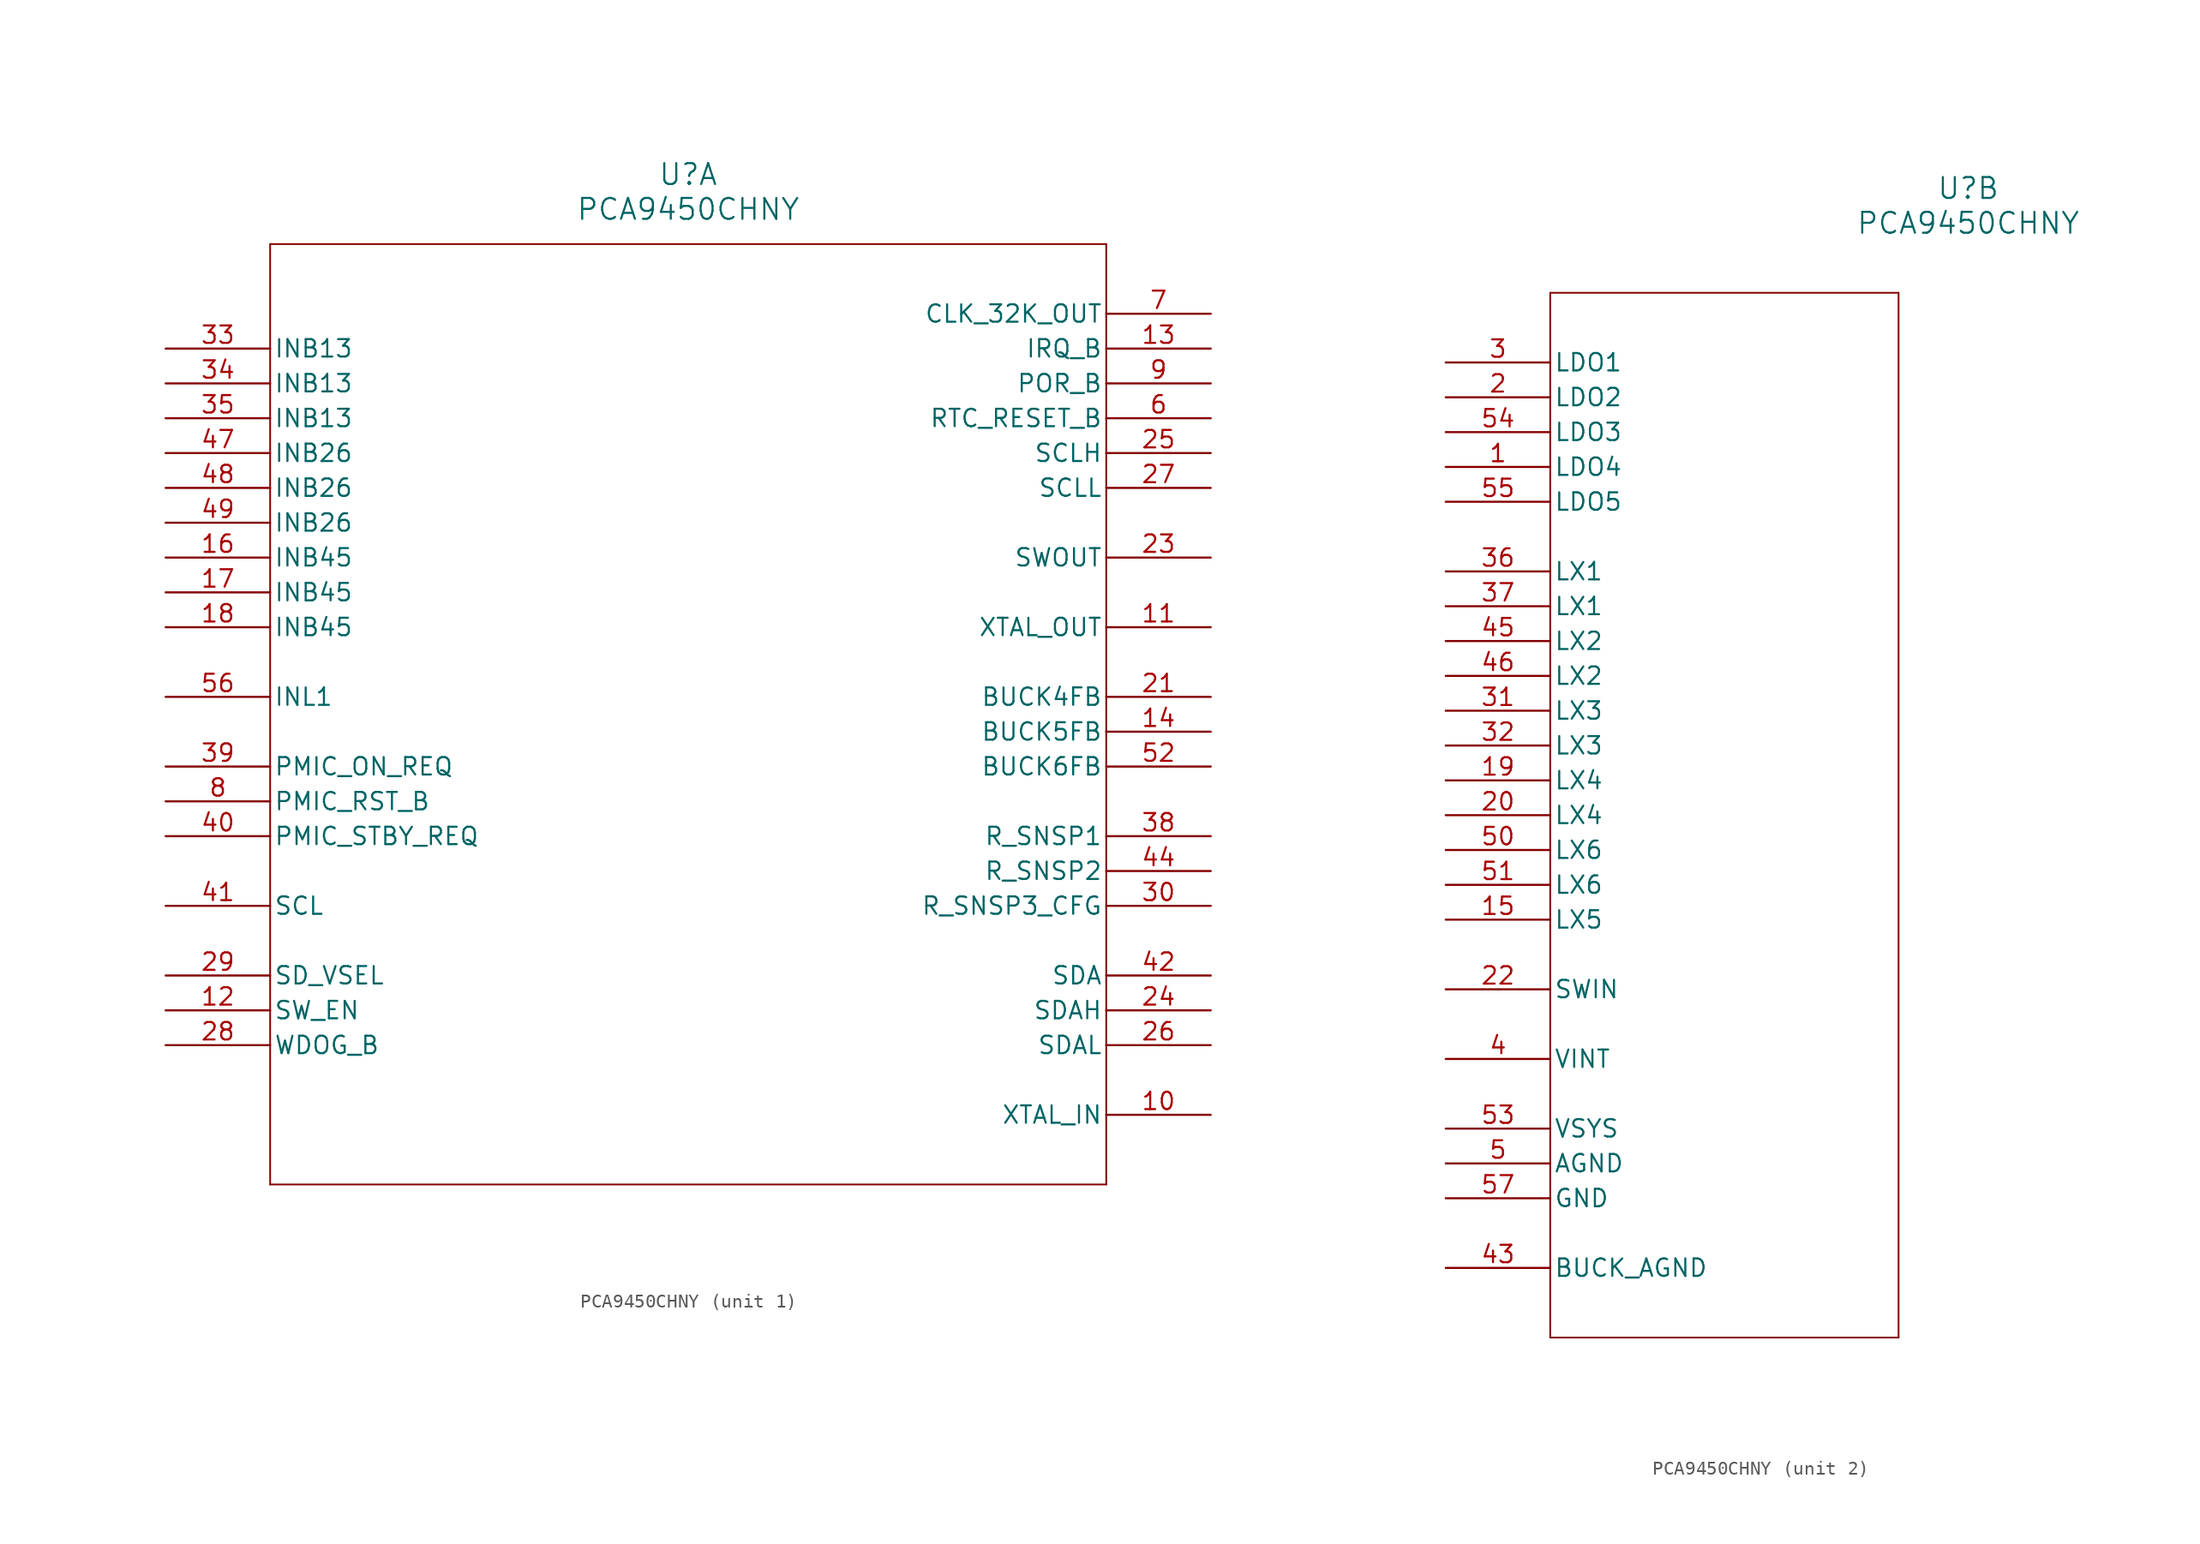
<source format=kicad_sym>
(kicad_symbol_lib
  (version 20211014)
  (generator kicad_symbol_editor)
  (symbol "PCA9450CHNY"
    (pin_names
      (offset 0.254))
    (property "Reference" "U"
      (at 38.1 12.7 0)
      (effects (font (size 1.524 1.524))))
    (property "Value" "PCA9450CHNY"
      (at 38.1 10.16 0)
      (effects (font (size 1.524 1.524))))
    (symbol "PCA9450CHNY_1_1"
      (polyline (pts (xy 7.62 7.62) (xy 7.62 -60.96)) (stroke (width 0.127) (type default) (color 0 0 0 0)) (fill (type none)))
      (polyline (pts (xy 7.62 -60.96) (xy 68.58 -60.96)) (stroke (width 0.127) (type default) (color 0 0 0 0)) (fill (type none)))
      (polyline (pts (xy 68.58 -60.96) (xy 68.58 7.62)) (stroke (width 0.127) (type default) (color 0 0 0 0)) (fill (type none)))
      (polyline (pts (xy 68.58 7.62) (xy 7.62 7.62)) (stroke (width 0.127) (type default) (color 0 0 0 0)) (fill (type none)))
      (pin output line (at 76.2 -5.08 180) (length 7.62) (name "RTC_RESET_B" (effects (font (size 1.27 1.27)))) (number "6" (effects (font (size 1.27 1.27)))))
      (pin output line (at 76.2 2.54 180) (length 7.62) (name "CLK_32K_OUT" (effects (font (size 1.27 1.27)))) (number "7" (effects (font (size 1.27 1.27)))))
      (pin input line (at 0 -33.02 0) (length 7.62) (name "PMIC_RST_B" (effects (font (size 1.27 1.27)))) (number "8" (effects (font (size 1.27 1.27)))))
      (pin output line (at 76.2 -2.54 180) (length 7.62) (name "POR_B" (effects (font (size 1.27 1.27)))) (number "9" (effects (font (size 1.27 1.27)))))
      (pin unspecified line (at 76.2 -55.88 180) (length 7.62) (name "XTAL_IN" (effects (font (size 1.27 1.27)))) (number "10" (effects (font (size 1.27 1.27)))))
      (pin unspecified line (at 76.2 -20.32 180) (length 7.62) (name "XTAL_OUT" (effects (font (size 1.27 1.27)))) (number "11" (effects (font (size 1.27 1.27)))))
      (pin input line (at 0 -48.26 0) (length 7.62) (name "SW_EN" (effects (font (size 1.27 1.27)))) (number "12" (effects (font (size 1.27 1.27)))))
      (pin output line (at 76.2 0 180) (length 7.62) (name "IRQ_B" (effects (font (size 1.27 1.27)))) (number "13" (effects (font (size 1.27 1.27)))))
      (pin unspecified line (at 76.2 -27.94 180) (length 7.62) (name "BUCK5FB" (effects (font (size 1.27 1.27)))) (number "14" (effects (font (size 1.27 1.27)))))
      (pin power_in line (at 0 -15.24 0) (length 7.62) (name "INB45" (effects (font (size 1.27 1.27)))) (number "16" (effects (font (size 1.27 1.27)))))
      (pin power_in line (at 0 -17.78 0) (length 7.62) (name "INB45" (effects (font (size 1.27 1.27)))) (number "17" (effects (font (size 1.27 1.27)))))
      (pin power_in line (at 0 -20.32 0) (length 7.62) (name "INB45" (effects (font (size 1.27 1.27)))) (number "18" (effects (font (size 1.27 1.27)))))
      (pin unspecified line (at 76.2 -25.4 180) (length 7.62) (name "BUCK4FB" (effects (font (size 1.27 1.27)))) (number "21" (effects (font (size 1.27 1.27)))))
      (pin power_in line (at 76.2 -15.24 180) (length 7.62) (name "SWOUT" (effects (font (size 1.27 1.27)))) (number "23" (effects (font (size 1.27 1.27)))))
      (pin bidirectional line (at 76.2 -48.26 180) (length 7.62) (name "SDAH" (effects (font (size 1.27 1.27)))) (number "24" (effects (font (size 1.27 1.27)))))
      (pin output line (at 76.2 -7.62 180) (length 7.62) (name "SCLH" (effects (font (size 1.27 1.27)))) (number "25" (effects (font (size 1.27 1.27)))))
      (pin bidirectional line (at 76.2 -50.8 180) (length 7.62) (name "SDAL" (effects (font (size 1.27 1.27)))) (number "26" (effects (font (size 1.27 1.27)))))
      (pin output line (at 76.2 -10.16 180) (length 7.62) (name "SCLL" (effects (font (size 1.27 1.27)))) (number "27" (effects (font (size 1.27 1.27)))))
      (pin input line (at 0 -50.8 0) (length 7.62) (name "WDOG_B" (effects (font (size 1.27 1.27)))) (number "28" (effects (font (size 1.27 1.27)))))
      (pin input line (at 0 -45.72 0) (length 7.62) (name "SD_VSEL" (effects (font (size 1.27 1.27)))) (number "29" (effects (font (size 1.27 1.27)))))
      (pin unspecified line (at 76.2 -40.64 180) (length 7.62) (name "R_SNSP3_CFG" (effects (font (size 1.27 1.27)))) (number "30" (effects (font (size 1.27 1.27)))))
      (pin power_in line (at 0 0 0) (length 7.62) (name "INB13" (effects (font (size 1.27 1.27)))) (number "33" (effects (font (size 1.27 1.27)))))
      (pin power_in line (at 0 -2.54 0) (length 7.62) (name "INB13" (effects (font (size 1.27 1.27)))) (number "34" (effects (font (size 1.27 1.27)))))
      (pin power_in line (at 0 -5.08 0) (length 7.62) (name "INB13" (effects (font (size 1.27 1.27)))) (number "35" (effects (font (size 1.27 1.27)))))
      (pin unspecified line (at 76.2 -35.56 180) (length 7.62) (name "R_SNSP1" (effects (font (size 1.27 1.27)))) (number "38" (effects (font (size 1.27 1.27)))))
      (pin input line (at 0 -30.48 0) (length 7.62) (name "PMIC_ON_REQ" (effects (font (size 1.27 1.27)))) (number "39" (effects (font (size 1.27 1.27)))))
      (pin input line (at 0 -35.56 0) (length 7.62) (name "PMIC_STBY_REQ" (effects (font (size 1.27 1.27)))) (number "40" (effects (font (size 1.27 1.27)))))
      (pin input line (at 0 -40.64 0) (length 7.62) (name "SCL" (effects (font (size 1.27 1.27)))) (number "41" (effects (font (size 1.27 1.27)))))
      (pin bidirectional line (at 76.2 -45.72 180) (length 7.62) (name "SDA" (effects (font (size 1.27 1.27)))) (number "42" (effects (font (size 1.27 1.27)))))
      (pin unspecified line (at 76.2 -38.1 180) (length 7.62) (name "R_SNSP2" (effects (font (size 1.27 1.27)))) (number "44" (effects (font (size 1.27 1.27)))))
      (pin power_in line (at 0 -7.62 0) (length 7.62) (name "INB26" (effects (font (size 1.27 1.27)))) (number "47" (effects (font (size 1.27 1.27)))))
      (pin power_in line (at 0 -10.16 0) (length 7.62) (name "INB26" (effects (font (size 1.27 1.27)))) (number "48" (effects (font (size 1.27 1.27)))))
      (pin power_in line (at 0 -12.7 0) (length 7.62) (name "INB26" (effects (font (size 1.27 1.27)))) (number "49" (effects (font (size 1.27 1.27)))))
      (pin unspecified line (at 76.2 -30.48 180) (length 7.62) (name "BUCK6FB" (effects (font (size 1.27 1.27)))) (number "52" (effects (font (size 1.27 1.27)))))
      (pin power_in line (at 0 -25.4 0) (length 7.62) (name "INL1" (effects (font (size 1.27 1.27)))) (number "56" (effects (font (size 1.27 1.27))))))
    (symbol "PCA9450CHNY_2_1"
      (polyline (pts (xy 7.62 5.08) (xy 7.62 -71.12)) (stroke (width 0.127) (type default) (color 0 0 0 0)) (fill (type none)))
      (polyline (pts (xy 7.62 -71.12) (xy 33.02 -71.12)) (stroke (width 0.127) (type default) (color 0 0 0 0)) (fill (type none)))
      (polyline (pts (xy 33.02 -71.12) (xy 33.02 5.08)) (stroke (width 0.127) (type default) (color 0 0 0 0)) (fill (type none)))
      (polyline (pts (xy 33.02 5.08) (xy 7.62 5.08)) (stroke (width 0.127) (type default) (color 0 0 0 0)) (fill (type none)))
      (pin power_in line (at 0 -7.62 0) (length 7.62) (name "LDO4" (effects (font (size 1.27 1.27)))) (number "1" (effects (font (size 1.27 1.27)))))
      (pin power_in line (at 0 -2.54 0) (length 7.62) (name "LDO2" (effects (font (size 1.27 1.27)))) (number "2" (effects (font (size 1.27 1.27)))))
      (pin power_in line (at 0 0 0) (length 7.62) (name "LDO1" (effects (font (size 1.27 1.27)))) (number "3" (effects (font (size 1.27 1.27)))))
      (pin power_in line (at 0 -50.8 0) (length 7.62) (name "VINT" (effects (font (size 1.27 1.27)))) (number "4" (effects (font (size 1.27 1.27)))))
      (pin power_out line (at 0 -58.42 0) (length 7.62) (name "AGND" (effects (font (size 1.27 1.27)))) (number "5" (effects (font (size 1.27 1.27)))))
      (pin power_in line (at 0 -40.64 0) (length 7.62) (name "LX5" (effects (font (size 1.27 1.27)))) (number "15" (effects (font (size 1.27 1.27)))))
      (pin power_in line (at 0 -30.48 0) (length 7.62) (name "LX4" (effects (font (size 1.27 1.27)))) (number "19" (effects (font (size 1.27 1.27)))))
      (pin power_in line (at 0 -33.02 0) (length 7.62) (name "LX4" (effects (font (size 1.27 1.27)))) (number "20" (effects (font (size 1.27 1.27)))))
      (pin power_in line (at 0 -45.72 0) (length 7.62) (name "SWIN" (effects (font (size 1.27 1.27)))) (number "22" (effects (font (size 1.27 1.27)))))
      (pin power_in line (at 0 -25.4 0) (length 7.62) (name "LX3" (effects (font (size 1.27 1.27)))) (number "31" (effects (font (size 1.27 1.27)))))
      (pin power_in line (at 0 -27.94 0) (length 7.62) (name "LX3" (effects (font (size 1.27 1.27)))) (number "32" (effects (font (size 1.27 1.27)))))
      (pin power_in line (at 0 -15.24 0) (length 7.62) (name "LX1" (effects (font (size 1.27 1.27)))) (number "36" (effects (font (size 1.27 1.27)))))
      (pin power_in line (at 0 -17.78 0) (length 7.62) (name "LX1" (effects (font (size 1.27 1.27)))) (number "37" (effects (font (size 1.27 1.27)))))
      (pin power_out line (at 0 -66.04 0) (length 7.62) (name "BUCK_AGND" (effects (font (size 1.27 1.27)))) (number "43" (effects (font (size 1.27 1.27)))))
      (pin power_in line (at 0 -20.32 0) (length 7.62) (name "LX2" (effects (font (size 1.27 1.27)))) (number "45" (effects (font (size 1.27 1.27)))))
      (pin power_in line (at 0 -22.86 0) (length 7.62) (name "LX2" (effects (font (size 1.27 1.27)))) (number "46" (effects (font (size 1.27 1.27)))))
      (pin power_in line (at 0 -35.56 0) (length 7.62) (name "LX6" (effects (font (size 1.27 1.27)))) (number "50" (effects (font (size 1.27 1.27)))))
      (pin power_in line (at 0 -38.1 0) (length 7.62) (name "LX6" (effects (font (size 1.27 1.27)))) (number "51" (effects (font (size 1.27 1.27)))))
      (pin power_in line (at 0 -55.88 0) (length 7.62) (name "VSYS" (effects (font (size 1.27 1.27)))) (number "53" (effects (font (size 1.27 1.27)))))
      (pin power_in line (at 0 -5.08 0) (length 7.62) (name "LDO3" (effects (font (size 1.27 1.27)))) (number "54" (effects (font (size 1.27 1.27)))))
      (pin power_in line (at 0 -10.16 0) (length 7.62) (name "LDO5" (effects (font (size 1.27 1.27)))) (number "55" (effects (font (size 1.27 1.27)))))
      (pin power_out line (at 0 -60.96 0) (length 7.62) (name "GND" (effects (font (size 1.27 1.27)))) (number "57" (effects (font (size 1.27 1.27))))))))
</source>
